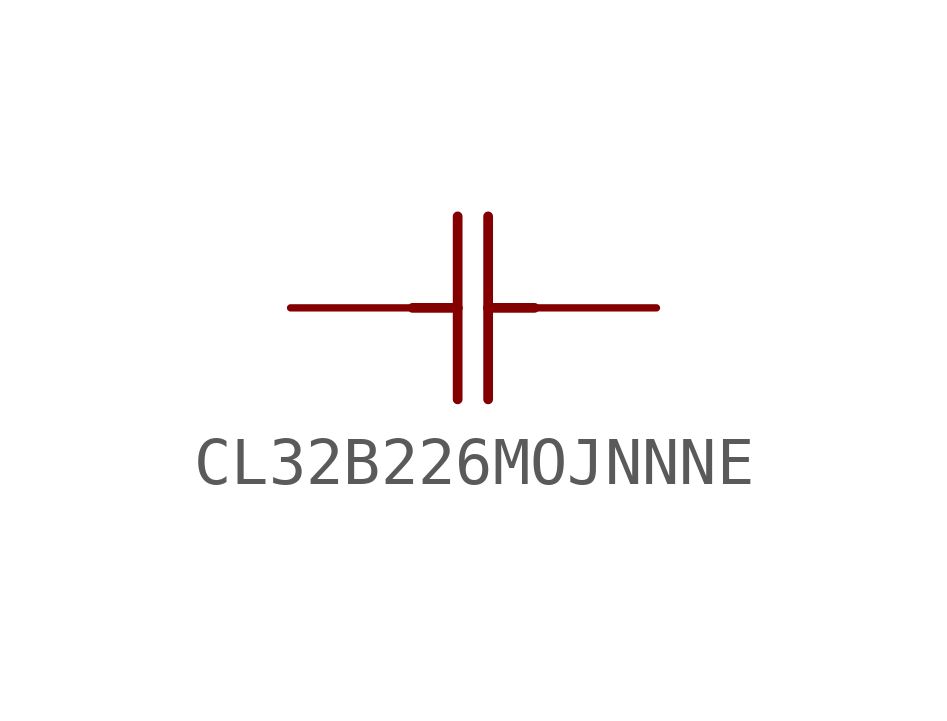
<source format=kicad_sym>
(kicad_symbol_lib
  (version 20220914)
  (generator kicad_symbol_editor)
  (symbol "CL32B226MOJNNNE"
    (property "Reference" "C"
      (at -4.089 2.083 0)
      (effects (font (size 3.48 2.958)) (justify left bottom) hide))
    (property "ki_locked" ""
      (at 0 0 0)
      (effects (font (size 1.27 1.27))))
    (symbol "CL32B226MOJNNNE_1_0"
      (polyline (pts (xy 2.54 0) (xy 3.48 0)) (stroke (width 0.203) (type solid)) (fill (type none)))
      (polyline (pts (xy 3.48 -1.905) (xy 3.48 0)) (stroke (width 0.203) (type solid)) (fill (type none)))
      (polyline (pts (xy 3.48 0) (xy 3.48 1.905)) (stroke (width 0.203) (type solid)) (fill (type none)))
      (polyline (pts (xy 4.115 -1.905) (xy 4.115 0)) (stroke (width 0.203) (type solid)) (fill (type none)))
      (polyline (pts (xy 4.115 0) (xy 4.115 1.905)) (stroke (width 0.203) (type solid)) (fill (type none)))
      (polyline (pts (xy 4.115 0) (xy 5.08 0)) (stroke (width 0.203) (type solid)) (fill (type none)))
      (pin passive line (at 0 0 0) (length 2.54) (name "1" (effects (font (size 0 0)))) (number "1" (effects (font (size 0 0)))))
      (pin passive line (at 7.62 0 180) (length 2.54) (name "2" (effects (font (size 0 0)))) (number "2" (effects (font (size 0 0))))))))
</source>
